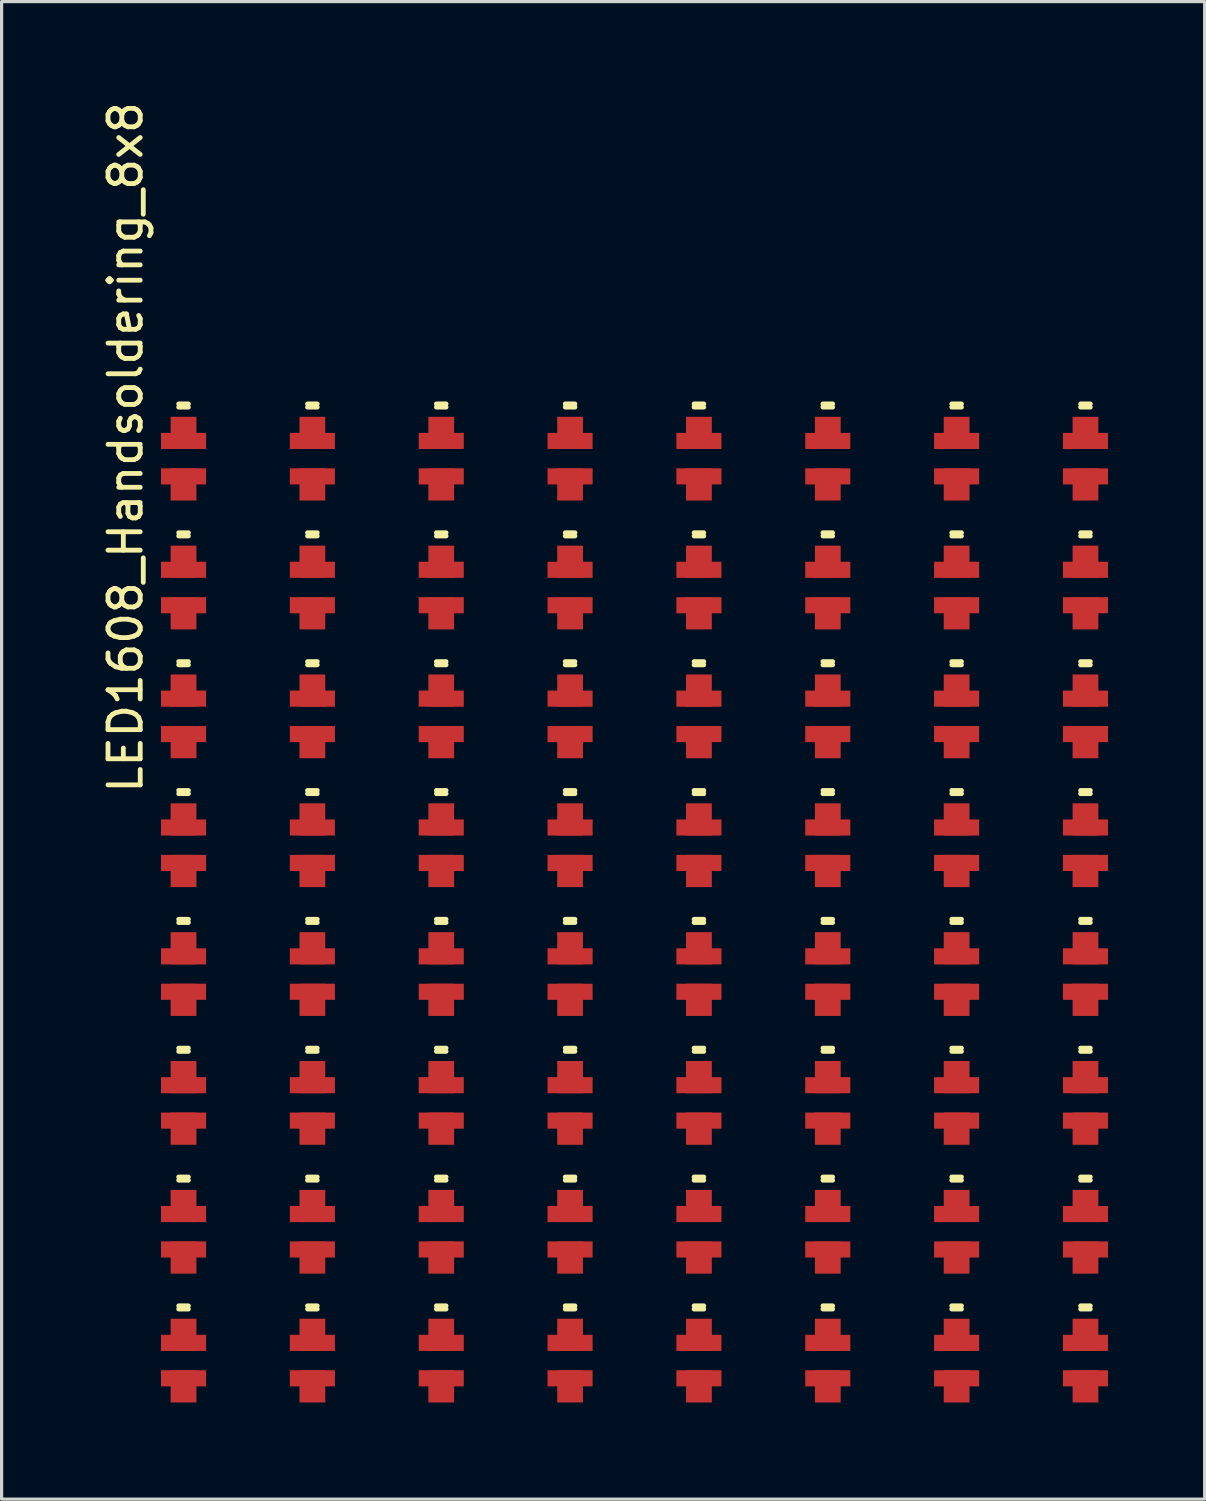
<source format=kicad_pcb>
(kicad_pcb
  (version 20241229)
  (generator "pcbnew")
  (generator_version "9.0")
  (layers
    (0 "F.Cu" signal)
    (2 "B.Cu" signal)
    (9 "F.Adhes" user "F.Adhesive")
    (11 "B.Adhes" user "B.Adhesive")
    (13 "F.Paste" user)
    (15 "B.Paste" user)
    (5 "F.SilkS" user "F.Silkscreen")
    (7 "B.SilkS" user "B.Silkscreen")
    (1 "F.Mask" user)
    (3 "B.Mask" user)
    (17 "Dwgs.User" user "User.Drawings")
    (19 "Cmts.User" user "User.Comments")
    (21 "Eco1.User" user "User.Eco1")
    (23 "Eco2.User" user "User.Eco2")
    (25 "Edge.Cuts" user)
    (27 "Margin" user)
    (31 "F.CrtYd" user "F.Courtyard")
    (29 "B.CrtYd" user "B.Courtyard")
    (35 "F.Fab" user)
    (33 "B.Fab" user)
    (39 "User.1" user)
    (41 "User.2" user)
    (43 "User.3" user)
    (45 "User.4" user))
  (footprint "LED1608_Handsoldering_8x8"
    (layer "F.Cu")
    (at 2.248 10.389)
    (property "Reference" "LED1608_Handsoldering_8x8" (at -1.4 0.45 90) (layer "F.SilkS") (effects (font (size 1 1) (thickness 0.15))))
    (attr through_hole)
    (fp_line (start 0.25 -0.9) (end 0.55 -0.9) (stroke (width 0.15) (type solid)) (layer "F.SilkS"))
    (fp_line (start 0.25 -0.8) (end 0.55 -0.8) (stroke (width 0.15) (type solid)) (layer "F.SilkS"))
    (fp_line (start 0.25 3.1) (end 0.55 3.1) (stroke (width 0.15) (type solid)) (layer "F.SilkS"))
    (fp_line (start 0.25 3.2) (end 0.55 3.2) (stroke (width 0.15) (type solid)) (layer "F.SilkS"))
    (fp_line (start 0.25 7.1) (end 0.55 7.1) (stroke (width 0.15) (type solid)) (layer "F.SilkS"))
    (fp_line (start 0.25 7.2) (end 0.55 7.2) (stroke (width 0.15) (type solid)) (layer "F.SilkS"))
    (fp_line (start 0.25 11.1) (end 0.55 11.1) (stroke (width 0.15) (type solid)) (layer "F.SilkS"))
    (fp_line (start 0.25 11.2) (end 0.55 11.2) (stroke (width 0.15) (type solid)) (layer "F.SilkS"))
    (fp_line (start 0.25 15.1) (end 0.55 15.1) (stroke (width 0.15) (type solid)) (layer "F.SilkS"))
    (fp_line (start 0.25 15.2) (end 0.55 15.2) (stroke (width 0.15) (type solid)) (layer "F.SilkS"))
    (fp_line (start 0.25 19.1) (end 0.55 19.1) (stroke (width 0.15) (type solid)) (layer "F.SilkS"))
    (fp_line (start 0.25 19.2) (end 0.55 19.2) (stroke (width 0.15) (type solid)) (layer "F.SilkS"))
    (fp_line (start 0.25 23.1) (end 0.55 23.1) (stroke (width 0.15) (type solid)) (layer "F.SilkS"))
    (fp_line (start 0.25 23.2) (end 0.55 23.2) (stroke (width 0.15) (type solid)) (layer "F.SilkS"))
    (fp_line (start 0.25 27.1) (end 0.55 27.1) (stroke (width 0.15) (type solid)) (layer "F.SilkS"))
    (fp_line (start 0.25 27.2) (end 0.55 27.2) (stroke (width 0.15) (type solid)) (layer "F.SilkS"))
    (fp_line (start 4.25 -0.9) (end 4.55 -0.9) (stroke (width 0.15) (type solid)) (layer "F.SilkS"))
    (fp_line (start 4.25 -0.8) (end 4.55 -0.8) (stroke (width 0.15) (type solid)) (layer "F.SilkS"))
    (fp_line (start 4.25 3.1) (end 4.55 3.1) (stroke (width 0.15) (type solid)) (layer "F.SilkS"))
    (fp_line (start 4.25 3.2) (end 4.55 3.2) (stroke (width 0.15) (type solid)) (layer "F.SilkS"))
    (fp_line (start 4.25 7.1) (end 4.55 7.1) (stroke (width 0.15) (type solid)) (layer "F.SilkS"))
    (fp_line (start 4.25 7.2) (end 4.55 7.2) (stroke (width 0.15) (type solid)) (layer "F.SilkS"))
    (fp_line (start 4.25 11.1) (end 4.55 11.1) (stroke (width 0.15) (type solid)) (layer "F.SilkS"))
    (fp_line (start 4.25 11.2) (end 4.55 11.2) (stroke (width 0.15) (type solid)) (layer "F.SilkS"))
    (fp_line (start 4.25 15.1) (end 4.55 15.1) (stroke (width 0.15) (type solid)) (layer "F.SilkS"))
    (fp_line (start 4.25 15.2) (end 4.55 15.2) (stroke (width 0.15) (type solid)) (layer "F.SilkS"))
    (fp_line (start 4.25 19.1) (end 4.55 19.1) (stroke (width 0.15) (type solid)) (layer "F.SilkS"))
    (fp_line (start 4.25 19.2) (end 4.55 19.2) (stroke (width 0.15) (type solid)) (layer "F.SilkS"))
    (fp_line (start 4.25 23.1) (end 4.55 23.1) (stroke (width 0.15) (type solid)) (layer "F.SilkS"))
    (fp_line (start 4.25 23.2) (end 4.55 23.2) (stroke (width 0.15) (type solid)) (layer "F.SilkS"))
    (fp_line (start 4.25 27.1) (end 4.55 27.1) (stroke (width 0.15) (type solid)) (layer "F.SilkS"))
    (fp_line (start 4.25 27.2) (end 4.55 27.2) (stroke (width 0.15) (type solid)) (layer "F.SilkS"))
    (fp_line (start 8.25 -0.9) (end 8.55 -0.9) (stroke (width 0.15) (type solid)) (layer "F.SilkS"))
    (fp_line (start 8.25 -0.8) (end 8.55 -0.8) (stroke (width 0.15) (type solid)) (layer "F.SilkS"))
    (fp_line (start 8.25 3.1) (end 8.55 3.1) (stroke (width 0.15) (type solid)) (layer "F.SilkS"))
    (fp_line (start 8.25 3.2) (end 8.55 3.2) (stroke (width 0.15) (type solid)) (layer "F.SilkS"))
    (fp_line (start 8.25 7.1) (end 8.55 7.1) (stroke (width 0.15) (type solid)) (layer "F.SilkS"))
    (fp_line (start 8.25 7.2) (end 8.55 7.2) (stroke (width 0.15) (type solid)) (layer "F.SilkS"))
    (fp_line (start 8.25 11.1) (end 8.55 11.1) (stroke (width 0.15) (type solid)) (layer "F.SilkS"))
    (fp_line (start 8.25 11.2) (end 8.55 11.2) (stroke (width 0.15) (type solid)) (layer "F.SilkS"))
    (fp_line (start 8.25 15.1) (end 8.55 15.1) (stroke (width 0.15) (type solid)) (layer "F.SilkS"))
    (fp_line (start 8.25 15.2) (end 8.55 15.2) (stroke (width 0.15) (type solid)) (layer "F.SilkS"))
    (fp_line (start 8.25 19.1) (end 8.55 19.1) (stroke (width 0.15) (type solid)) (layer "F.SilkS"))
    (fp_line (start 8.25 19.2) (end 8.55 19.2) (stroke (width 0.15) (type solid)) (layer "F.SilkS"))
    (fp_line (start 8.25 23.1) (end 8.55 23.1) (stroke (width 0.15) (type solid)) (layer "F.SilkS"))
    (fp_line (start 8.25 23.2) (end 8.55 23.2) (stroke (width 0.15) (type solid)) (layer "F.SilkS"))
    (fp_line (start 8.25 27.1) (end 8.55 27.1) (stroke (width 0.15) (type solid)) (layer "F.SilkS"))
    (fp_line (start 8.25 27.2) (end 8.55 27.2) (stroke (width 0.15) (type solid)) (layer "F.SilkS"))
    (fp_line (start 12.25 -0.9) (end 12.55 -0.9) (stroke (width 0.15) (type solid)) (layer "F.SilkS"))
    (fp_line (start 12.25 -0.8) (end 12.55 -0.8) (stroke (width 0.15) (type solid)) (layer "F.SilkS"))
    (fp_line (start 12.25 3.1) (end 12.55 3.1) (stroke (width 0.15) (type solid)) (layer "F.SilkS"))
    (fp_line (start 12.25 3.2) (end 12.55 3.2) (stroke (width 0.15) (type solid)) (layer "F.SilkS"))
    (fp_line (start 12.25 7.1) (end 12.55 7.1) (stroke (width 0.15) (type solid)) (layer "F.SilkS"))
    (fp_line (start 12.25 7.2) (end 12.55 7.2) (stroke (width 0.15) (type solid)) (layer "F.SilkS"))
    (fp_line (start 12.25 11.1) (end 12.55 11.1) (stroke (width 0.15) (type solid)) (layer "F.SilkS"))
    (fp_line (start 12.25 11.2) (end 12.55 11.2) (stroke (width 0.15) (type solid)) (layer "F.SilkS"))
    (fp_line (start 12.25 15.1) (end 12.55 15.1) (stroke (width 0.15) (type solid)) (layer "F.SilkS"))
    (fp_line (start 12.25 15.2) (end 12.55 15.2) (stroke (width 0.15) (type solid)) (layer "F.SilkS"))
    (fp_line (start 12.25 19.1) (end 12.55 19.1) (stroke (width 0.15) (type solid)) (layer "F.SilkS"))
    (fp_line (start 12.25 19.2) (end 12.55 19.2) (stroke (width 0.15) (type solid)) (layer "F.SilkS"))
    (fp_line (start 12.25 23.1) (end 12.55 23.1) (stroke (width 0.15) (type solid)) (layer "F.SilkS"))
    (fp_line (start 12.25 23.2) (end 12.55 23.2) (stroke (width 0.15) (type solid)) (layer "F.SilkS"))
    (fp_line (start 12.25 27.1) (end 12.55 27.1) (stroke (width 0.15) (type solid)) (layer "F.SilkS"))
    (fp_line (start 12.25 27.2) (end 12.55 27.2) (stroke (width 0.15) (type solid)) (layer "F.SilkS"))
    (fp_line (start 16.25 -0.9) (end 16.55 -0.9) (stroke (width 0.15) (type solid)) (layer "F.SilkS"))
    (fp_line (start 16.25 -0.8) (end 16.55 -0.8) (stroke (width 0.15) (type solid)) (layer "F.SilkS"))
    (fp_line (start 16.25 3.1) (end 16.55 3.1) (stroke (width 0.15) (type solid)) (layer "F.SilkS"))
    (fp_line (start 16.25 3.2) (end 16.55 3.2) (stroke (width 0.15) (type solid)) (layer "F.SilkS"))
    (fp_line (start 16.25 7.1) (end 16.55 7.1) (stroke (width 0.15) (type solid)) (layer "F.SilkS"))
    (fp_line (start 16.25 7.2) (end 16.55 7.2) (stroke (width 0.15) (type solid)) (layer "F.SilkS"))
    (fp_line (start 16.25 11.1) (end 16.55 11.1) (stroke (width 0.15) (type solid)) (layer "F.SilkS"))
    (fp_line (start 16.25 11.2) (end 16.55 11.2) (stroke (width 0.15) (type solid)) (layer "F.SilkS"))
    (fp_line (start 16.25 15.1) (end 16.55 15.1) (stroke (width 0.15) (type solid)) (layer "F.SilkS"))
    (fp_line (start 16.25 15.2) (end 16.55 15.2) (stroke (width 0.15) (type solid)) (layer "F.SilkS"))
    (fp_line (start 16.25 19.1) (end 16.55 19.1) (stroke (width 0.15) (type solid)) (layer "F.SilkS"))
    (fp_line (start 16.25 19.2) (end 16.55 19.2) (stroke (width 0.15) (type solid)) (layer "F.SilkS"))
    (fp_line (start 16.25 23.1) (end 16.55 23.1) (stroke (width 0.15) (type solid)) (layer "F.SilkS"))
    (fp_line (start 16.25 23.2) (end 16.55 23.2) (stroke (width 0.15) (type solid)) (layer "F.SilkS"))
    (fp_line (start 16.25 27.1) (end 16.55 27.1) (stroke (width 0.15) (type solid)) (layer "F.SilkS"))
    (fp_line (start 16.25 27.2) (end 16.55 27.2) (stroke (width 0.15) (type solid)) (layer "F.SilkS"))
    (fp_line (start 20.25 -0.9) (end 20.55 -0.9) (stroke (width 0.15) (type solid)) (layer "F.SilkS"))
    (fp_line (start 20.25 -0.8) (end 20.55 -0.8) (stroke (width 0.15) (type solid)) (layer "F.SilkS"))
    (fp_line (start 20.25 3.1) (end 20.55 3.1) (stroke (width 0.15) (type solid)) (layer "F.SilkS"))
    (fp_line (start 20.25 3.2) (end 20.55 3.2) (stroke (width 0.15) (type solid)) (layer "F.SilkS"))
    (fp_line (start 20.25 7.1) (end 20.55 7.1) (stroke (width 0.15) (type solid)) (layer "F.SilkS"))
    (fp_line (start 20.25 7.2) (end 20.55 7.2) (stroke (width 0.15) (type solid)) (layer "F.SilkS"))
    (fp_line (start 20.25 11.1) (end 20.55 11.1) (stroke (width 0.15) (type solid)) (layer "F.SilkS"))
    (fp_line (start 20.25 11.2) (end 20.55 11.2) (stroke (width 0.15) (type solid)) (layer "F.SilkS"))
    (fp_line (start 20.25 15.1) (end 20.55 15.1) (stroke (width 0.15) (type solid)) (layer "F.SilkS"))
    (fp_line (start 20.25 15.2) (end 20.55 15.2) (stroke (width 0.15) (type solid)) (layer "F.SilkS"))
    (fp_line (start 20.25 19.1) (end 20.55 19.1) (stroke (width 0.15) (type solid)) (layer "F.SilkS"))
    (fp_line (start 20.25 19.2) (end 20.55 19.2) (stroke (width 0.15) (type solid)) (layer "F.SilkS"))
    (fp_line (start 20.25 23.1) (end 20.55 23.1) (stroke (width 0.15) (type solid)) (layer "F.SilkS"))
    (fp_line (start 20.25 23.2) (end 20.55 23.2) (stroke (width 0.15) (type solid)) (layer "F.SilkS"))
    (fp_line (start 20.25 27.1) (end 20.55 27.1) (stroke (width 0.15) (type solid)) (layer "F.SilkS"))
    (fp_line (start 20.25 27.2) (end 20.55 27.2) (stroke (width 0.15) (type solid)) (layer "F.SilkS"))
    (fp_line (start 24.25 -0.9) (end 24.55 -0.9) (stroke (width 0.15) (type solid)) (layer "F.SilkS"))
    (fp_line (start 24.25 -0.8) (end 24.55 -0.8) (stroke (width 0.15) (type solid)) (layer "F.SilkS"))
    (fp_line (start 24.25 3.1) (end 24.55 3.1) (stroke (width 0.15) (type solid)) (layer "F.SilkS"))
    (fp_line (start 24.25 3.2) (end 24.55 3.2) (stroke (width 0.15) (type solid)) (layer "F.SilkS"))
    (fp_line (start 24.25 7.1) (end 24.55 7.1) (stroke (width 0.15) (type solid)) (layer "F.SilkS"))
    (fp_line (start 24.25 7.2) (end 24.55 7.2) (stroke (width 0.15) (type solid)) (layer "F.SilkS"))
    (fp_line (start 24.25 11.1) (end 24.55 11.1) (stroke (width 0.15) (type solid)) (layer "F.SilkS"))
    (fp_line (start 24.25 11.2) (end 24.55 11.2) (stroke (width 0.15) (type solid)) (layer "F.SilkS"))
    (fp_line (start 24.25 15.1) (end 24.55 15.1) (stroke (width 0.15) (type solid)) (layer "F.SilkS"))
    (fp_line (start 24.25 15.2) (end 24.55 15.2) (stroke (width 0.15) (type solid)) (layer "F.SilkS"))
    (fp_line (start 24.25 19.1) (end 24.55 19.1) (stroke (width 0.15) (type solid)) (layer "F.SilkS"))
    (fp_line (start 24.25 19.2) (end 24.55 19.2) (stroke (width 0.15) (type solid)) (layer "F.SilkS"))
    (fp_line (start 24.25 23.1) (end 24.55 23.1) (stroke (width 0.15) (type solid)) (layer "F.SilkS"))
    (fp_line (start 24.25 23.2) (end 24.55 23.2) (stroke (width 0.15) (type solid)) (layer "F.SilkS"))
    (fp_line (start 24.25 27.1) (end 24.55 27.1) (stroke (width 0.15) (type solid)) (layer "F.SilkS"))
    (fp_line (start 24.25 27.2) (end 24.55 27.2) (stroke (width 0.15) (type solid)) (layer "F.SilkS"))
    (fp_line (start 28.25 -0.9) (end 28.55 -0.9) (stroke (width 0.15) (type solid)) (layer "F.SilkS"))
    (fp_line (start 28.25 -0.8) (end 28.55 -0.8) (stroke (width 0.15) (type solid)) (layer "F.SilkS"))
    (fp_line (start 28.25 3.1) (end 28.55 3.1) (stroke (width 0.15) (type solid)) (layer "F.SilkS"))
    (fp_line (start 28.25 3.2) (end 28.55 3.2) (stroke (width 0.15) (type solid)) (layer "F.SilkS"))
    (fp_line (start 28.25 7.1) (end 28.55 7.1) (stroke (width 0.15) (type solid)) (layer "F.SilkS"))
    (fp_line (start 28.25 7.2) (end 28.55 7.2) (stroke (width 0.15) (type solid)) (layer "F.SilkS"))
    (fp_line (start 28.25 11.1) (end 28.55 11.1) (stroke (width 0.15) (type solid)) (layer "F.SilkS"))
    (fp_line (start 28.25 11.2) (end 28.55 11.2) (stroke (width 0.15) (type solid)) (layer "F.SilkS"))
    (fp_line (start 28.25 15.1) (end 28.55 15.1) (stroke (width 0.15) (type solid)) (layer "F.SilkS"))
    (fp_line (start 28.25 15.2) (end 28.55 15.2) (stroke (width 0.15) (type solid)) (layer "F.SilkS"))
    (fp_line (start 28.25 19.1) (end 28.55 19.1) (stroke (width 0.15) (type solid)) (layer "F.SilkS"))
    (fp_line (start 28.25 19.2) (end 28.55 19.2) (stroke (width 0.15) (type solid)) (layer "F.SilkS"))
    (fp_line (start 28.25 23.1) (end 28.55 23.1) (stroke (width 0.15) (type solid)) (layer "F.SilkS"))
    (fp_line (start 28.25 23.2) (end 28.55 23.2) (stroke (width 0.15) (type solid)) (layer "F.SilkS"))
    (fp_line (start 28.25 27.1) (end 28.55 27.1) (stroke (width 0.15) (type solid)) (layer "F.SilkS"))
    (fp_line (start 28.25 27.2) (end 28.55 27.2) (stroke (width 0.15) (type solid)) (layer "F.SilkS"))
    (pad "1" smd rect (at 0.4 17.35) (size 1.4 0.5) (layers "F.Cu" "F.Mask" "F.Paste"))
    (pad "1" smd rect (at 0.4 17.6) (size 0.8 1) (layers "F.Cu" "F.Mask" "F.Paste"))
    (pad "1" smd rect (at 4.4 17.35) (size 1.4 0.5) (layers "F.Cu" "F.Mask" "F.Paste"))
    (pad "1" smd rect (at 4.4 17.6) (size 0.8 1) (layers "F.Cu" "F.Mask" "F.Paste"))
    (pad "1" smd rect (at 8.4 17.35) (size 1.4 0.5) (layers "F.Cu" "F.Mask" "F.Paste"))
    (pad "1" smd rect (at 8.4 17.6) (size 0.8 1) (layers "F.Cu" "F.Mask" "F.Paste"))
    (pad "1" smd rect (at 12.4 17.35) (size 1.4 0.5) (layers "F.Cu" "F.Mask" "F.Paste"))
    (pad "1" smd rect (at 12.4 17.6) (size 0.8 1) (layers "F.Cu" "F.Mask" "F.Paste"))
    (pad "1" smd rect (at 16.4 17.35) (size 1.4 0.5) (layers "F.Cu" "F.Mask" "F.Paste"))
    (pad "1" smd rect (at 16.4 17.6) (size 0.8 1) (layers "F.Cu" "F.Mask" "F.Paste"))
    (pad "1" smd rect (at 20.4 17.35) (size 1.4 0.5) (layers "F.Cu" "F.Mask" "F.Paste"))
    (pad "1" smd rect (at 20.4 17.6) (size 0.8 1) (layers "F.Cu" "F.Mask" "F.Paste"))
    (pad "1" smd rect (at 24.4 17.35) (size 1.4 0.5) (layers "F.Cu" "F.Mask" "F.Paste"))
    (pad "1" smd rect (at 24.4 17.6) (size 0.8 1) (layers "F.Cu" "F.Mask" "F.Paste"))
    (pad "1" smd rect (at 28.4 17.35) (size 1.4 0.5) (layers "F.Cu" "F.Mask" "F.Paste"))
    (pad "1" smd rect (at 28.4 17.6) (size 0.8 1) (layers "F.Cu" "F.Mask" "F.Paste"))
    (pad "2" smd rect (at 0.4 25.35) (size 1.4 0.5) (layers "F.Cu" "F.Mask" "F.Paste"))
    (pad "2" smd rect (at 0.4 25.6) (size 0.8 1) (layers "F.Cu" "F.Mask" "F.Paste"))
    (pad "2" smd rect (at 4.4 25.35) (size 1.4 0.5) (layers "F.Cu" "F.Mask" "F.Paste"))
    (pad "2" smd rect (at 4.4 25.6) (size 0.8 1) (layers "F.Cu" "F.Mask" "F.Paste"))
    (pad "2" smd rect (at 8.4 25.35) (size 1.4 0.5) (layers "F.Cu" "F.Mask" "F.Paste"))
    (pad "2" smd rect (at 8.4 25.6) (size 0.8 1) (layers "F.Cu" "F.Mask" "F.Paste"))
    (pad "2" smd rect (at 12.4 25.35) (size 1.4 0.5) (layers "F.Cu" "F.Mask" "F.Paste"))
    (pad "2" smd rect (at 12.4 25.6) (size 0.8 1) (layers "F.Cu" "F.Mask" "F.Paste"))
    (pad "2" smd rect (at 16.4 25.35) (size 1.4 0.5) (layers "F.Cu" "F.Mask" "F.Paste"))
    (pad "2" smd rect (at 16.4 25.6) (size 0.8 1) (layers "F.Cu" "F.Mask" "F.Paste"))
    (pad "2" smd rect (at 20.4 25.35) (size 1.4 0.5) (layers "F.Cu" "F.Mask" "F.Paste"))
    (pad "2" smd rect (at 20.4 25.6) (size 0.8 1) (layers "F.Cu" "F.Mask" "F.Paste"))
    (pad "2" smd rect (at 24.4 25.35) (size 1.4 0.5) (layers "F.Cu" "F.Mask" "F.Paste"))
    (pad "2" smd rect (at 24.4 25.6) (size 0.8 1) (layers "F.Cu" "F.Mask" "F.Paste"))
    (pad "2" smd rect (at 28.4 25.35) (size 1.4 0.5) (layers "F.Cu" "F.Mask" "F.Paste"))
    (pad "2" smd rect (at 28.4 25.6) (size 0.8 1) (layers "F.Cu" "F.Mask" "F.Paste"))
    (pad "3" smd rect (at 4.4 0) (size 0.8 1) (layers "F.Cu" "F.Mask" "F.Paste"))
    (pad "3" smd rect (at 4.4 0.25) (size 1.4 0.5) (layers "F.Cu" "F.Mask" "F.Paste"))
    (pad "3" smd rect (at 4.4 4) (size 0.8 1) (layers "F.Cu" "F.Mask" "F.Paste"))
    (pad "3" smd rect (at 4.4 4.25) (size 1.4 0.5) (layers "F.Cu" "F.Mask" "F.Paste"))
    (pad "3" smd rect (at 4.4 8) (size 0.8 1) (layers "F.Cu" "F.Mask" "F.Paste"))
    (pad "3" smd rect (at 4.4 8.25) (size 1.4 0.5) (layers "F.Cu" "F.Mask" "F.Paste"))
    (pad "3" smd rect (at 4.4 12) (size 0.8 1) (layers "F.Cu" "F.Mask" "F.Paste"))
    (pad "3" smd rect (at 4.4 12.25) (size 1.4 0.5) (layers "F.Cu" "F.Mask" "F.Paste"))
    (pad "3" smd rect (at 4.4 16) (size 0.8 1) (layers "F.Cu" "F.Mask" "F.Paste"))
    (pad "3" smd rect (at 4.4 16.25) (size 1.4 0.5) (layers "F.Cu" "F.Mask" "F.Paste"))
    (pad "3" smd rect (at 4.4 20) (size 0.8 1) (layers "F.Cu" "F.Mask" "F.Paste"))
    (pad "3" smd rect (at 4.4 20.25) (size 1.4 0.5) (layers "F.Cu" "F.Mask" "F.Paste"))
    (pad "3" smd rect (at 4.4 24) (size 0.8 1) (layers "F.Cu" "F.Mask" "F.Paste"))
    (pad "3" smd rect (at 4.4 24.25) (size 1.4 0.5) (layers "F.Cu" "F.Mask" "F.Paste"))
    (pad "3" smd rect (at 4.4 28) (size 0.8 1) (layers "F.Cu" "F.Mask" "F.Paste"))
    (pad "3" smd rect (at 4.4 28.25) (size 1.4 0.5) (layers "F.Cu" "F.Mask" "F.Paste"))
    (pad "4" smd rect (at 8.4 0) (size 0.8 1) (layers "F.Cu" "F.Mask" "F.Paste"))
    (pad "4" smd rect (at 8.4 0.25) (size 1.4 0.5) (layers "F.Cu" "F.Mask" "F.Paste"))
    (pad "4" smd rect (at 8.4 4) (size 0.8 1) (layers "F.Cu" "F.Mask" "F.Paste"))
    (pad "4" smd rect (at 8.4 4.25) (size 1.4 0.5) (layers "F.Cu" "F.Mask" "F.Paste"))
    (pad "4" smd rect (at 8.4 8) (size 0.8 1) (layers "F.Cu" "F.Mask" "F.Paste"))
    (pad "4" smd rect (at 8.4 8.25) (size 1.4 0.5) (layers "F.Cu" "F.Mask" "F.Paste"))
    (pad "4" smd rect (at 8.4 12) (size 0.8 1) (layers "F.Cu" "F.Mask" "F.Paste"))
    (pad "4" smd rect (at 8.4 12.25) (size 1.4 0.5) (layers "F.Cu" "F.Mask" "F.Paste"))
    (pad "4" smd rect (at 8.4 16) (size 0.8 1) (layers "F.Cu" "F.Mask" "F.Paste"))
    (pad "4" smd rect (at 8.4 16.25) (size 1.4 0.5) (layers "F.Cu" "F.Mask" "F.Paste"))
    (pad "4" smd rect (at 8.4 20) (size 0.8 1) (layers "F.Cu" "F.Mask" "F.Paste"))
    (pad "4" smd rect (at 8.4 20.25) (size 1.4 0.5) (layers "F.Cu" "F.Mask" "F.Paste"))
    (pad "4" smd rect (at 8.4 24) (size 0.8 1) (layers "F.Cu" "F.Mask" "F.Paste"))
    (pad "4" smd rect (at 8.4 24.25) (size 1.4 0.5) (layers "F.Cu" "F.Mask" "F.Paste"))
    (pad "4" smd rect (at 8.4 28) (size 0.8 1) (layers "F.Cu" "F.Mask" "F.Paste"))
    (pad "4" smd rect (at 8.4 28.25) (size 1.4 0.5) (layers "F.Cu" "F.Mask" "F.Paste"))
    (pad "5" smd rect (at 0.4 29.35) (size 1.4 0.5) (layers "F.Cu" "F.Mask" "F.Paste"))
    (pad "5" smd rect (at 0.4 29.6) (size 0.8 1) (layers "F.Cu" "F.Mask" "F.Paste"))
    (pad "5" smd rect (at 4.4 29.35) (size 1.4 0.5) (layers "F.Cu" "F.Mask" "F.Paste"))
    (pad "5" smd rect (at 4.4 29.6) (size 0.8 1) (layers "F.Cu" "F.Mask" "F.Paste"))
    (pad "5" smd rect (at 8.4 29.35) (size 1.4 0.5) (layers "F.Cu" "F.Mask" "F.Paste"))
    (pad "5" smd rect (at 8.4 29.6) (size 0.8 1) (layers "F.Cu" "F.Mask" "F.Paste"))
    (pad "5" smd rect (at 12.4 29.35) (size 1.4 0.5) (layers "F.Cu" "F.Mask" "F.Paste"))
    (pad "5" smd rect (at 12.4 29.6) (size 0.8 1) (layers "F.Cu" "F.Mask" "F.Paste"))
    (pad "5" smd rect (at 16.4 29.35) (size 1.4 0.5) (layers "F.Cu" "F.Mask" "F.Paste"))
    (pad "5" smd rect (at 16.4 29.6) (size 0.8 1) (layers "F.Cu" "F.Mask" "F.Paste"))
    (pad "5" smd rect (at 20.4 29.35) (size 1.4 0.5) (layers "F.Cu" "F.Mask" "F.Paste"))
    (pad "5" smd rect (at 20.4 29.6) (size 0.8 1) (layers "F.Cu" "F.Mask" "F.Paste"))
    (pad "5" smd rect (at 24.4 29.35) (size 1.4 0.5) (layers "F.Cu" "F.Mask" "F.Paste"))
    (pad "5" smd rect (at 24.4 29.6) (size 0.8 1) (layers "F.Cu" "F.Mask" "F.Paste"))
    (pad "5" smd rect (at 28.4 29.35) (size 1.4 0.5) (layers "F.Cu" "F.Mask" "F.Paste"))
    (pad "5" smd rect (at 28.4 29.6) (size 0.8 1) (layers "F.Cu" "F.Mask" "F.Paste"))
    (pad "6" smd rect (at 16.4 0) (size 0.8 1) (layers "F.Cu" "F.Mask" "F.Paste"))
    (pad "6" smd rect (at 16.4 0.25) (size 1.4 0.5) (layers "F.Cu" "F.Mask" "F.Paste"))
    (pad "6" smd rect (at 16.4 4) (size 0.8 1) (layers "F.Cu" "F.Mask" "F.Paste"))
    (pad "6" smd rect (at 16.4 4.25) (size 1.4 0.5) (layers "F.Cu" "F.Mask" "F.Paste"))
    (pad "6" smd rect (at 16.4 8) (size 0.8 1) (layers "F.Cu" "F.Mask" "F.Paste"))
    (pad "6" smd rect (at 16.4 8.25) (size 1.4 0.5) (layers "F.Cu" "F.Mask" "F.Paste"))
    (pad "6" smd rect (at 16.4 12) (size 0.8 1) (layers "F.Cu" "F.Mask" "F.Paste"))
    (pad "6" smd rect (at 16.4 12.25) (size 1.4 0.5) (layers "F.Cu" "F.Mask" "F.Paste"))
    (pad "6" smd rect (at 16.4 16) (size 0.8 1) (layers "F.Cu" "F.Mask" "F.Paste"))
    (pad "6" smd rect (at 16.4 16.25) (size 1.4 0.5) (layers "F.Cu" "F.Mask" "F.Paste"))
    (pad "6" smd rect (at 16.4 20) (size 0.8 1) (layers "F.Cu" "F.Mask" "F.Paste"))
    (pad "6" smd rect (at 16.4 20.25) (size 1.4 0.5) (layers "F.Cu" "F.Mask" "F.Paste"))
    (pad "6" smd rect (at 16.4 24) (size 0.8 1) (layers "F.Cu" "F.Mask" "F.Paste"))
    (pad "6" smd rect (at 16.4 24.25) (size 1.4 0.5) (layers "F.Cu" "F.Mask" "F.Paste"))
    (pad "6" smd rect (at 16.4 28) (size 0.8 1) (layers "F.Cu" "F.Mask" "F.Paste"))
    (pad "6" smd rect (at 16.4 28.25) (size 1.4 0.5) (layers "F.Cu" "F.Mask" "F.Paste"))
    (pad "7" smd rect (at 0.4 21.35) (size 1.4 0.5) (layers "F.Cu" "F.Mask" "F.Paste"))
    (pad "7" smd rect (at 0.4 21.6) (size 0.8 1) (layers "F.Cu" "F.Mask" "F.Paste"))
    (pad "7" smd rect (at 4.4 21.35) (size 1.4 0.5) (layers "F.Cu" "F.Mask" "F.Paste"))
    (pad "7" smd rect (at 4.4 21.6) (size 0.8 1) (layers "F.Cu" "F.Mask" "F.Paste"))
    (pad "7" smd rect (at 8.4 21.35) (size 1.4 0.5) (layers "F.Cu" "F.Mask" "F.Paste"))
    (pad "7" smd rect (at 8.4 21.6) (size 0.8 1) (layers "F.Cu" "F.Mask" "F.Paste"))
    (pad "7" smd rect (at 12.4 21.35) (size 1.4 0.5) (layers "F.Cu" "F.Mask" "F.Paste"))
    (pad "7" smd rect (at 12.4 21.6) (size 0.8 1) (layers "F.Cu" "F.Mask" "F.Paste"))
    (pad "7" smd rect (at 16.4 21.35) (size 1.4 0.5) (layers "F.Cu" "F.Mask" "F.Paste"))
    (pad "7" smd rect (at 16.4 21.6) (size 0.8 1) (layers "F.Cu" "F.Mask" "F.Paste"))
    (pad "7" smd rect (at 20.4 21.35) (size 1.4 0.5) (layers "F.Cu" "F.Mask" "F.Paste"))
    (pad "7" smd rect (at 20.4 21.6) (size 0.8 1) (layers "F.Cu" "F.Mask" "F.Paste"))
    (pad "7" smd rect (at 24.4 21.35) (size 1.4 0.5) (layers "F.Cu" "F.Mask" "F.Paste"))
    (pad "7" smd rect (at 24.4 21.6) (size 0.8 1) (layers "F.Cu" "F.Mask" "F.Paste"))
    (pad "7" smd rect (at 28.4 21.35) (size 1.4 0.5) (layers "F.Cu" "F.Mask" "F.Paste"))
    (pad "7" smd rect (at 28.4 21.6) (size 0.8 1) (layers "F.Cu" "F.Mask" "F.Paste"))
    (pad "8" smd rect (at 0.4 9.35) (size 1.4 0.5) (layers "F.Cu" "F.Mask" "F.Paste"))
    (pad "8" smd rect (at 0.4 9.6) (size 0.8 1) (layers "F.Cu" "F.Mask" "F.Paste"))
    (pad "8" smd rect (at 4.4 9.35) (size 1.4 0.5) (layers "F.Cu" "F.Mask" "F.Paste"))
    (pad "8" smd rect (at 4.4 9.6) (size 0.8 1) (layers "F.Cu" "F.Mask" "F.Paste"))
    (pad "8" smd rect (at 8.4 9.35) (size 1.4 0.5) (layers "F.Cu" "F.Mask" "F.Paste"))
    (pad "8" smd rect (at 8.4 9.6) (size 0.8 1) (layers "F.Cu" "F.Mask" "F.Paste"))
    (pad "8" smd rect (at 12.4 9.35) (size 1.4 0.5) (layers "F.Cu" "F.Mask" "F.Paste"))
    (pad "8" smd rect (at 12.4 9.6) (size 0.8 1) (layers "F.Cu" "F.Mask" "F.Paste"))
    (pad "8" smd rect (at 16.4 9.35) (size 1.4 0.5) (layers "F.Cu" "F.Mask" "F.Paste"))
    (pad "8" smd rect (at 16.4 9.6) (size 0.8 1) (layers "F.Cu" "F.Mask" "F.Paste"))
    (pad "8" smd rect (at 20.4 9.35) (size 1.4 0.5) (layers "F.Cu" "F.Mask" "F.Paste"))
    (pad "8" smd rect (at 20.4 9.6) (size 0.8 1) (layers "F.Cu" "F.Mask" "F.Paste"))
    (pad "8" smd rect (at 24.4 9.35) (size 1.4 0.5) (layers "F.Cu" "F.Mask" "F.Paste"))
    (pad "8" smd rect (at 24.4 9.6) (size 0.8 1) (layers "F.Cu" "F.Mask" "F.Paste"))
    (pad "8" smd rect (at 28.4 9.35) (size 1.4 0.5) (layers "F.Cu" "F.Mask" "F.Paste"))
    (pad "8" smd rect (at 28.4 9.6) (size 0.8 1) (layers "F.Cu" "F.Mask" "F.Paste"))
    (pad "9" smd rect (at 0.4 1.35) (size 1.4 0.5) (layers "F.Cu" "F.Mask" "F.Paste"))
    (pad "9" smd rect (at 0.4 1.6) (size 0.8 1) (layers "F.Cu" "F.Mask" "F.Paste"))
    (pad "9" smd rect (at 4.4 1.35) (size 1.4 0.5) (layers "F.Cu" "F.Mask" "F.Paste"))
    (pad "9" smd rect (at 4.4 1.6) (size 0.8 1) (layers "F.Cu" "F.Mask" "F.Paste"))
    (pad "9" smd rect (at 8.4 1.35) (size 1.4 0.5) (layers "F.Cu" "F.Mask" "F.Paste"))
    (pad "9" smd rect (at 8.4 1.6) (size 0.8 1) (layers "F.Cu" "F.Mask" "F.Paste"))
    (pad "9" smd rect (at 12.4 1.35) (size 1.4 0.5) (layers "F.Cu" "F.Mask" "F.Paste"))
    (pad "9" smd rect (at 12.4 1.6) (size 0.8 1) (layers "F.Cu" "F.Mask" "F.Paste"))
    (pad "9" smd rect (at 16.4 1.35) (size 1.4 0.5) (layers "F.Cu" "F.Mask" "F.Paste"))
    (pad "9" smd rect (at 16.4 1.6) (size 0.8 1) (layers "F.Cu" "F.Mask" "F.Paste"))
    (pad "9" smd rect (at 20.4 1.35) (size 1.4 0.5) (layers "F.Cu" "F.Mask" "F.Paste"))
    (pad "9" smd rect (at 20.4 1.6) (size 0.8 1) (layers "F.Cu" "F.Mask" "F.Paste"))
    (pad "9" smd rect (at 24.4 1.35) (size 1.4 0.5) (layers "F.Cu" "F.Mask" "F.Paste"))
    (pad "9" smd rect (at 24.4 1.6) (size 0.8 1) (layers "F.Cu" "F.Mask" "F.Paste"))
    (pad "9" smd rect (at 28.4 1.35) (size 1.4 0.5) (layers "F.Cu" "F.Mask" "F.Paste"))
    (pad "9" smd rect (at 28.4 1.6) (size 0.8 1) (layers "F.Cu" "F.Mask" "F.Paste"))
    (pad "10" smd rect (at 12.4 0) (size 0.8 1) (layers "F.Cu" "F.Mask" "F.Paste"))
    (pad "10" smd rect (at 12.4 0.25) (size 1.4 0.5) (layers "F.Cu" "F.Mask" "F.Paste"))
    (pad "10" smd rect (at 12.4 4) (size 0.8 1) (layers "F.Cu" "F.Mask" "F.Paste"))
    (pad "10" smd rect (at 12.4 4.25) (size 1.4 0.5) (layers "F.Cu" "F.Mask" "F.Paste"))
    (pad "10" smd rect (at 12.4 8) (size 0.8 1) (layers "F.Cu" "F.Mask" "F.Paste"))
    (pad "10" smd rect (at 12.4 8.25) (size 1.4 0.5) (layers "F.Cu" "F.Mask" "F.Paste"))
    (pad "10" smd rect (at 12.4 12) (size 0.8 1) (layers "F.Cu" "F.Mask" "F.Paste"))
    (pad "10" smd rect (at 12.4 12.25) (size 1.4 0.5) (layers "F.Cu" "F.Mask" "F.Paste"))
    (pad "10" smd rect (at 12.4 16) (size 0.8 1) (layers "F.Cu" "F.Mask" "F.Paste"))
    (pad "10" smd rect (at 12.4 16.25) (size 1.4 0.5) (layers "F.Cu" "F.Mask" "F.Paste"))
    (pad "10" smd rect (at 12.4 20) (size 0.8 1) (layers "F.Cu" "F.Mask" "F.Paste"))
    (pad "10" smd rect (at 12.4 20.25) (size 1.4 0.5) (layers "F.Cu" "F.Mask" "F.Paste"))
    (pad "10" smd rect (at 12.4 24) (size 0.8 1) (layers "F.Cu" "F.Mask" "F.Paste"))
    (pad "10" smd rect (at 12.4 24.25) (size 1.4 0.5) (layers "F.Cu" "F.Mask" "F.Paste"))
    (pad "10" smd rect (at 12.4 28) (size 0.8 1) (layers "F.Cu" "F.Mask" "F.Paste"))
    (pad "10" smd rect (at 12.4 28.25) (size 1.4 0.5) (layers "F.Cu" "F.Mask" "F.Paste"))
    (pad "11" smd rect (at 20.4 0) (size 0.8 1) (layers "F.Cu" "F.Mask" "F.Paste"))
    (pad "11" smd rect (at 20.4 0.25) (size 1.4 0.5) (layers "F.Cu" "F.Mask" "F.Paste"))
    (pad "11" smd rect (at 20.4 4) (size 0.8 1) (layers "F.Cu" "F.Mask" "F.Paste"))
    (pad "11" smd rect (at 20.4 4.25) (size 1.4 0.5) (layers "F.Cu" "F.Mask" "F.Paste"))
    (pad "11" smd rect (at 20.4 8) (size 0.8 1) (layers "F.Cu" "F.Mask" "F.Paste"))
    (pad "11" smd rect (at 20.4 8.25) (size 1.4 0.5) (layers "F.Cu" "F.Mask" "F.Paste"))
    (pad "11" smd rect (at 20.4 12) (size 0.8 1) (layers "F.Cu" "F.Mask" "F.Paste"))
    (pad "11" smd rect (at 20.4 12.25) (size 1.4 0.5) (layers "F.Cu" "F.Mask" "F.Paste"))
    (pad "11" smd rect (at 20.4 16) (size 0.8 1) (layers "F.Cu" "F.Mask" "F.Paste"))
    (pad "11" smd rect (at 20.4 16.25) (size 1.4 0.5) (layers "F.Cu" "F.Mask" "F.Paste"))
    (pad "11" smd rect (at 20.4 20) (size 0.8 1) (layers "F.Cu" "F.Mask" "F.Paste"))
    (pad "11" smd rect (at 20.4 20.25) (size 1.4 0.5) (layers "F.Cu" "F.Mask" "F.Paste"))
    (pad "11" smd rect (at 20.4 24) (size 0.8 1) (layers "F.Cu" "F.Mask" "F.Paste"))
    (pad "11" smd rect (at 20.4 24.25) (size 1.4 0.5) (layers "F.Cu" "F.Mask" "F.Paste"))
    (pad "11" smd rect (at 20.4 28) (size 0.8 1) (layers "F.Cu" "F.Mask" "F.Paste"))
    (pad "11" smd rect (at 20.4 28.25) (size 1.4 0.5) (layers "F.Cu" "F.Mask" "F.Paste"))
    (pad "12" smd rect (at 0.4 13.35) (size 1.4 0.5) (layers "F.Cu" "F.Mask" "F.Paste"))
    (pad "12" smd rect (at 0.4 13.6) (size 0.8 1) (layers "F.Cu" "F.Mask" "F.Paste"))
    (pad "12" smd rect (at 4.4 13.35) (size 1.4 0.5) (layers "F.Cu" "F.Mask" "F.Paste"))
    (pad "12" smd rect (at 4.4 13.6) (size 0.8 1) (layers "F.Cu" "F.Mask" "F.Paste"))
    (pad "12" smd rect (at 8.4 13.35) (size 1.4 0.5) (layers "F.Cu" "F.Mask" "F.Paste"))
    (pad "12" smd rect (at 8.4 13.6) (size 0.8 1) (layers "F.Cu" "F.Mask" "F.Paste"))
    (pad "12" smd rect (at 12.4 13.35) (size 1.4 0.5) (layers "F.Cu" "F.Mask" "F.Paste"))
    (pad "12" smd rect (at 12.4 13.6) (size 0.8 1) (layers "F.Cu" "F.Mask" "F.Paste"))
    (pad "12" smd rect (at 16.4 13.35) (size 1.4 0.5) (layers "F.Cu" "F.Mask" "F.Paste"))
    (pad "12" smd rect (at 16.4 13.6) (size 0.8 1) (layers "F.Cu" "F.Mask" "F.Paste"))
    (pad "12" smd rect (at 20.4 13.35) (size 1.4 0.5) (layers "F.Cu" "F.Mask" "F.Paste"))
    (pad "12" smd rect (at 20.4 13.6) (size 0.8 1) (layers "F.Cu" "F.Mask" "F.Paste"))
    (pad "12" smd rect (at 24.4 13.35) (size 1.4 0.5) (layers "F.Cu" "F.Mask" "F.Paste"))
    (pad "12" smd rect (at 24.4 13.6) (size 0.8 1) (layers "F.Cu" "F.Mask" "F.Paste"))
    (pad "12" smd rect (at 28.4 13.35) (size 1.4 0.5) (layers "F.Cu" "F.Mask" "F.Paste"))
    (pad "12" smd rect (at 28.4 13.6) (size 0.8 1) (layers "F.Cu" "F.Mask" "F.Paste"))
    (pad "13" smd rect (at 0.4 0) (size 0.8 1) (layers "F.Cu" "F.Mask" "F.Paste"))
    (pad "13" smd rect (at 0.4 0.25) (size 1.4 0.5) (layers "F.Cu" "F.Mask" "F.Paste"))
    (pad "13" smd rect (at 0.4 4) (size 0.8 1) (layers "F.Cu" "F.Mask" "F.Paste"))
    (pad "13" smd rect (at 0.4 4.25) (size 1.4 0.5) (layers "F.Cu" "F.Mask" "F.Paste"))
    (pad "13" smd rect (at 0.4 8) (size 0.8 1) (layers "F.Cu" "F.Mask" "F.Paste"))
    (pad "13" smd rect (at 0.4 8.25) (size 1.4 0.5) (layers "F.Cu" "F.Mask" "F.Paste"))
    (pad "13" smd rect (at 0.4 12) (size 0.8 1) (layers "F.Cu" "F.Mask" "F.Paste"))
    (pad "13" smd rect (at 0.4 12.25) (size 1.4 0.5) (layers "F.Cu" "F.Mask" "F.Paste"))
    (pad "13" smd rect (at 0.4 16) (size 0.8 1) (layers "F.Cu" "F.Mask" "F.Paste"))
    (pad "13" smd rect (at 0.4 16.25) (size 1.4 0.5) (layers "F.Cu" "F.Mask" "F.Paste"))
    (pad "13" smd rect (at 0.4 20) (size 0.8 1) (layers "F.Cu" "F.Mask" "F.Paste"))
    (pad "13" smd rect (at 0.4 20.25) (size 1.4 0.5) (layers "F.Cu" "F.Mask" "F.Paste"))
    (pad "13" smd rect (at 0.4 24) (size 0.8 1) (layers "F.Cu" "F.Mask" "F.Paste"))
    (pad "13" smd rect (at 0.4 24.25) (size 1.4 0.5) (layers "F.Cu" "F.Mask" "F.Paste"))
    (pad "13" smd rect (at 0.4 28) (size 0.8 1) (layers "F.Cu" "F.Mask" "F.Paste"))
    (pad "13" smd rect (at 0.4 28.25) (size 1.4 0.5) (layers "F.Cu" "F.Mask" "F.Paste"))
    (pad "14" smd rect (at 0.4 5.35) (size 1.4 0.5) (layers "F.Cu" "F.Mask" "F.Paste"))
    (pad "14" smd rect (at 0.4 5.6) (size 0.8 1) (layers "F.Cu" "F.Mask" "F.Paste"))
    (pad "14" smd rect (at 4.4 5.35) (size 1.4 0.5) (layers "F.Cu" "F.Mask" "F.Paste"))
    (pad "14" smd rect (at 4.4 5.6) (size 0.8 1) (layers "F.Cu" "F.Mask" "F.Paste"))
    (pad "14" smd rect (at 8.4 5.35) (size 1.4 0.5) (layers "F.Cu" "F.Mask" "F.Paste"))
    (pad "14" smd rect (at 8.4 5.6) (size 0.8 1) (layers "F.Cu" "F.Mask" "F.Paste"))
    (pad "14" smd rect (at 12.4 5.35) (size 1.4 0.5) (layers "F.Cu" "F.Mask" "F.Paste"))
    (pad "14" smd rect (at 12.4 5.6) (size 0.8 1) (layers "F.Cu" "F.Mask" "F.Paste"))
    (pad "14" smd rect (at 16.4 5.35) (size 1.4 0.5) (layers "F.Cu" "F.Mask" "F.Paste"))
    (pad "14" smd rect (at 16.4 5.6) (size 0.8 1) (layers "F.Cu" "F.Mask" "F.Paste"))
    (pad "14" smd rect (at 20.4 5.35) (size 1.4 0.5) (layers "F.Cu" "F.Mask" "F.Paste"))
    (pad "14" smd rect (at 20.4 5.6) (size 0.8 1) (layers "F.Cu" "F.Mask" "F.Paste"))
    (pad "14" smd rect (at 24.4 5.35) (size 1.4 0.5) (layers "F.Cu" "F.Mask" "F.Paste"))
    (pad "14" smd rect (at 24.4 5.6) (size 0.8 1) (layers "F.Cu" "F.Mask" "F.Paste"))
    (pad "14" smd rect (at 28.4 5.35) (size 1.4 0.5) (layers "F.Cu" "F.Mask" "F.Paste"))
    (pad "14" smd rect (at 28.4 5.6) (size 0.8 1) (layers "F.Cu" "F.Mask" "F.Paste"))
    (pad "15" smd rect (at 24.4 0) (size 0.8 1) (layers "F.Cu" "F.Mask" "F.Paste"))
    (pad "15" smd rect (at 24.4 0.25) (size 1.4 0.5) (layers "F.Cu" "F.Mask" "F.Paste"))
    (pad "15" smd rect (at 24.4 4) (size 0.8 1) (layers "F.Cu" "F.Mask" "F.Paste"))
    (pad "15" smd rect (at 24.4 4.25) (size 1.4 0.5) (layers "F.Cu" "F.Mask" "F.Paste"))
    (pad "15" smd rect (at 24.4 8) (size 0.8 1) (layers "F.Cu" "F.Mask" "F.Paste"))
    (pad "15" smd rect (at 24.4 8.25) (size 1.4 0.5) (layers "F.Cu" "F.Mask" "F.Paste"))
    (pad "15" smd rect (at 24.4 12) (size 0.8 1) (layers "F.Cu" "F.Mask" "F.Paste"))
    (pad "15" smd rect (at 24.4 12.25) (size 1.4 0.5) (layers "F.Cu" "F.Mask" "F.Paste"))
    (pad "15" smd rect (at 24.4 16) (size 0.8 1) (layers "F.Cu" "F.Mask" "F.Paste"))
    (pad "15" smd rect (at 24.4 16.25) (size 1.4 0.5) (layers "F.Cu" "F.Mask" "F.Paste"))
    (pad "15" smd rect (at 24.4 20) (size 0.8 1) (layers "F.Cu" "F.Mask" "F.Paste"))
    (pad "15" smd rect (at 24.4 20.25) (size 1.4 0.5) (layers "F.Cu" "F.Mask" "F.Paste"))
    (pad "15" smd rect (at 24.4 24) (size 0.8 1) (layers "F.Cu" "F.Mask" "F.Paste"))
    (pad "15" smd rect (at 24.4 24.25) (size 1.4 0.5) (layers "F.Cu" "F.Mask" "F.Paste"))
    (pad "15" smd rect (at 24.4 28) (size 0.8 1) (layers "F.Cu" "F.Mask" "F.Paste"))
    (pad "15" smd rect (at 24.4 28.25) (size 1.4 0.5) (layers "F.Cu" "F.Mask" "F.Paste"))
    (pad "16" smd rect (at 28.4 0) (size 0.8 1) (layers "F.Cu" "F.Mask" "F.Paste"))
    (pad "16" smd rect (at 28.4 0.25) (size 1.4 0.5) (layers "F.Cu" "F.Mask" "F.Paste"))
    (pad "16" smd rect (at 28.4 4) (size 0.8 1) (layers "F.Cu" "F.Mask" "F.Paste"))
    (pad "16" smd rect (at 28.4 4.25) (size 1.4 0.5) (layers "F.Cu" "F.Mask" "F.Paste"))
    (pad "16" smd rect (at 28.4 8) (size 0.8 1) (layers "F.Cu" "F.Mask" "F.Paste"))
    (pad "16" smd rect (at 28.4 8.25) (size 1.4 0.5) (layers "F.Cu" "F.Mask" "F.Paste"))
    (pad "16" smd rect (at 28.4 12) (size 0.8 1) (layers "F.Cu" "F.Mask" "F.Paste"))
    (pad "16" smd rect (at 28.4 12.25) (size 1.4 0.5) (layers "F.Cu" "F.Mask" "F.Paste"))
    (pad "16" smd rect (at 28.4 16) (size 0.8 1) (layers "F.Cu" "F.Mask" "F.Paste"))
    (pad "16" smd rect (at 28.4 16.25) (size 1.4 0.5) (layers "F.Cu" "F.Mask" "F.Paste"))
    (pad "16" smd rect (at 28.4 20) (size 0.8 1) (layers "F.Cu" "F.Mask" "F.Paste"))
    (pad "16" smd rect (at 28.4 20.25) (size 1.4 0.5) (layers "F.Cu" "F.Mask" "F.Paste"))
    (pad "16" smd rect (at 28.4 24) (size 0.8 1) (layers "F.Cu" "F.Mask" "F.Paste"))
    (pad "16" smd rect (at 28.4 24.25) (size 1.4 0.5) (layers "F.Cu" "F.Mask" "F.Paste"))
    (pad "16" smd rect (at 28.4 28) (size 0.8 1) (layers "F.Cu" "F.Mask" "F.Paste"))
    (pad "16" smd rect (at 28.4 28.25) (size 1.4 0.5) (layers "F.Cu" "F.Mask" "F.Paste")))
  (gr_rect
    (start -3 -3)
    (end 34.348 43.489)
    (stroke (width 0.1) (type default))
    (fill no)
    (layer "Edge.Cuts")))
</source>
